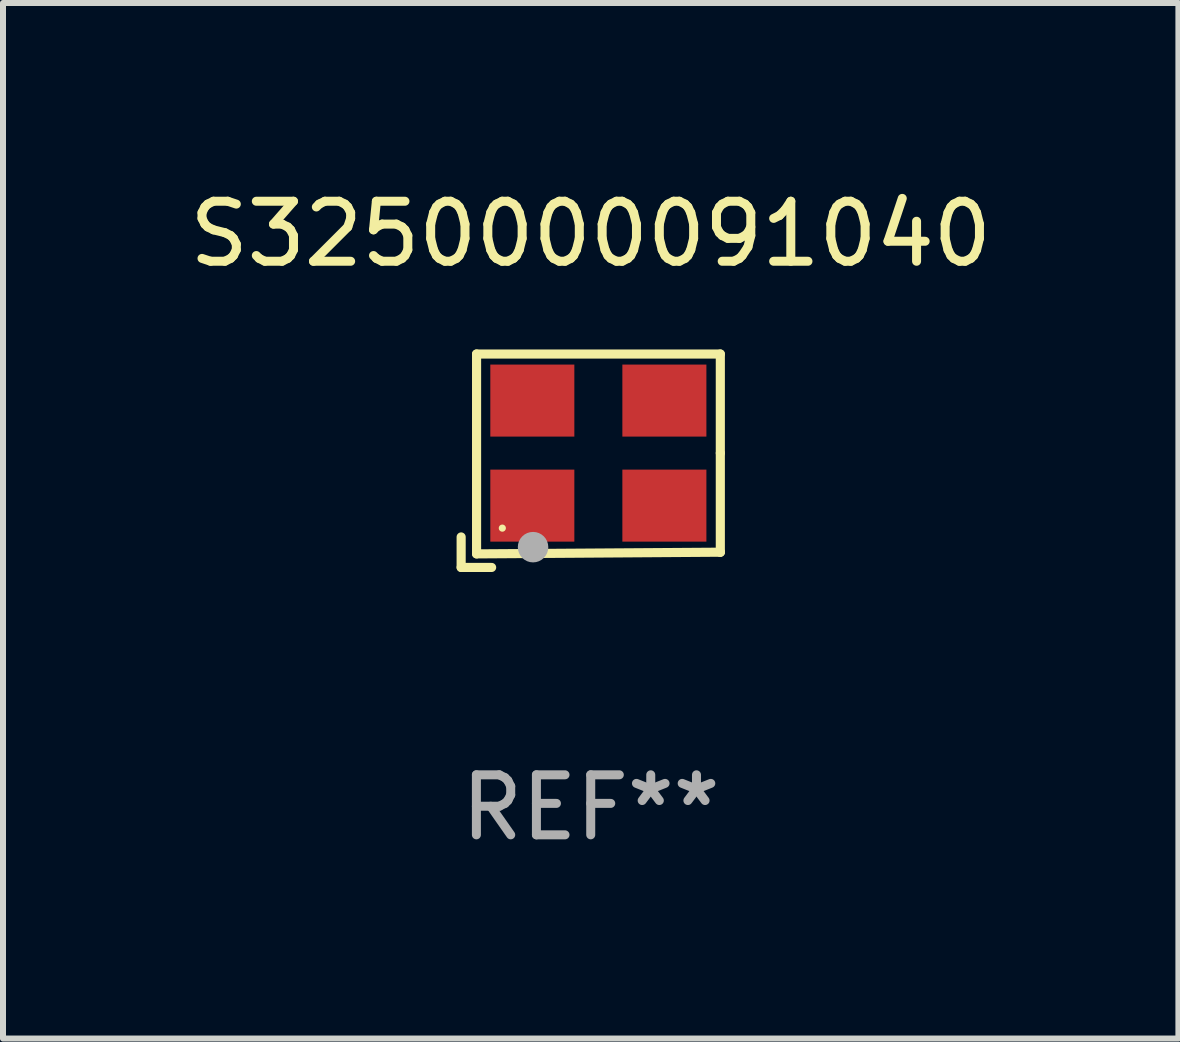
<source format=kicad_pcb>
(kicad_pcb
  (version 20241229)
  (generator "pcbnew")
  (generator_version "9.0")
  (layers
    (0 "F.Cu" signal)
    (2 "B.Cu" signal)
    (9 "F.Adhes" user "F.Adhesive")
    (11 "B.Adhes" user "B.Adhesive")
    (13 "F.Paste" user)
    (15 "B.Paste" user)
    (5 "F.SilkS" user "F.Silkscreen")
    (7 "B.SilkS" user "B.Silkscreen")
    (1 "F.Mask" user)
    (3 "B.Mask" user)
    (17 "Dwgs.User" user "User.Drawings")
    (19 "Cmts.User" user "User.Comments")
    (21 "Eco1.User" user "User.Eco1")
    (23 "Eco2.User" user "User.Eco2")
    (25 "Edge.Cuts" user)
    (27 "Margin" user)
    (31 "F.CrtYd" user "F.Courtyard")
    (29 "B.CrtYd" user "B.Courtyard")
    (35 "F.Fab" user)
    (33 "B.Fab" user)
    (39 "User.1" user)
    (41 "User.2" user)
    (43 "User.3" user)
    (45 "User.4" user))
  (footprint "S3250000091040"
    (layer "F.Cu")
    (at 6.792 4.626)
    (property "Reference" "S3250000091040" (at 0 -3.778 0) (layer "F.SilkS") (effects (font (size 1 1) (thickness 0.15))))
    (attr through_hole)
    (fp_line (start -2.159 1.27) (end -2.159 1.778) (stroke (width 0.152) (type solid)) (layer "F.SilkS"))
    (fp_line (start -2.159 1.778) (end -1.651 1.778) (stroke (width 0.152) (type solid)) (layer "F.SilkS"))
    (fp_line (start -1.902 -1.778) (end 2.159 -1.778) (stroke (width 0.152) (type solid)) (layer "F.SilkS"))
    (fp_line (start -1.902 1.552) (end -1.902 -1.778) (stroke (width 0.152) (type solid)) (layer "F.SilkS"))
    (fp_line (start 2.159 -1.778) (end 2.159 -0.127) (stroke (width 0.152) (type solid)) (layer "F.SilkS"))
    (fp_line (start 2.159 -0.127) (end 2.159 1.524) (stroke (width 0.152) (type solid)) (layer "F.SilkS"))
    (fp_line (start 2.159 1.524) (end -1.902 1.552) (stroke (width 0.152) (type solid)) (layer "F.SilkS"))
    (fp_line (start 2.159 1.524) (end 2.159 1.524) (stroke (width 0.152) (type solid)) (layer "F.SilkS"))
    (fp_circle (center -1.473 1.123) (end -1.443 1.123) (stroke (width 0.06) (type solid)) (fill no) (layer "F.SilkS"))
    (fp_circle (center -0.961 1.44) (end -0.834 1.44) (stroke (width 0.254) (type solid)) (fill no) (layer "F.Fab"))
    (fp_text user "REF**" (at 0 5.778 0) (layer "F.Fab") (effects (font (size 1 1) (thickness 0.15))))
    (pad "1" smd rect (at -0.973 0.748) (size 1.4 1.2) (layers "F.Cu" "F.Mask" "F.Paste"))
    (pad "2" smd rect (at 1.227 0.748) (size 1.4 1.2) (layers "F.Cu" "F.Mask" "F.Paste"))
    (pad "3" smd rect (at 1.227 -1.002) (size 1.4 1.2) (layers "F.Cu" "F.Mask" "F.Paste"))
    (pad "4" smd rect (at -0.973 -1.002) (size 1.4 1.2) (layers "F.Cu" "F.Mask" "F.Paste")))
  (gr_rect
    (start -3 -3)
    (end 16.583 14.253)
    (stroke (width 0.1) (type default))
    (fill no)
    (layer "Edge.Cuts")))
</source>
